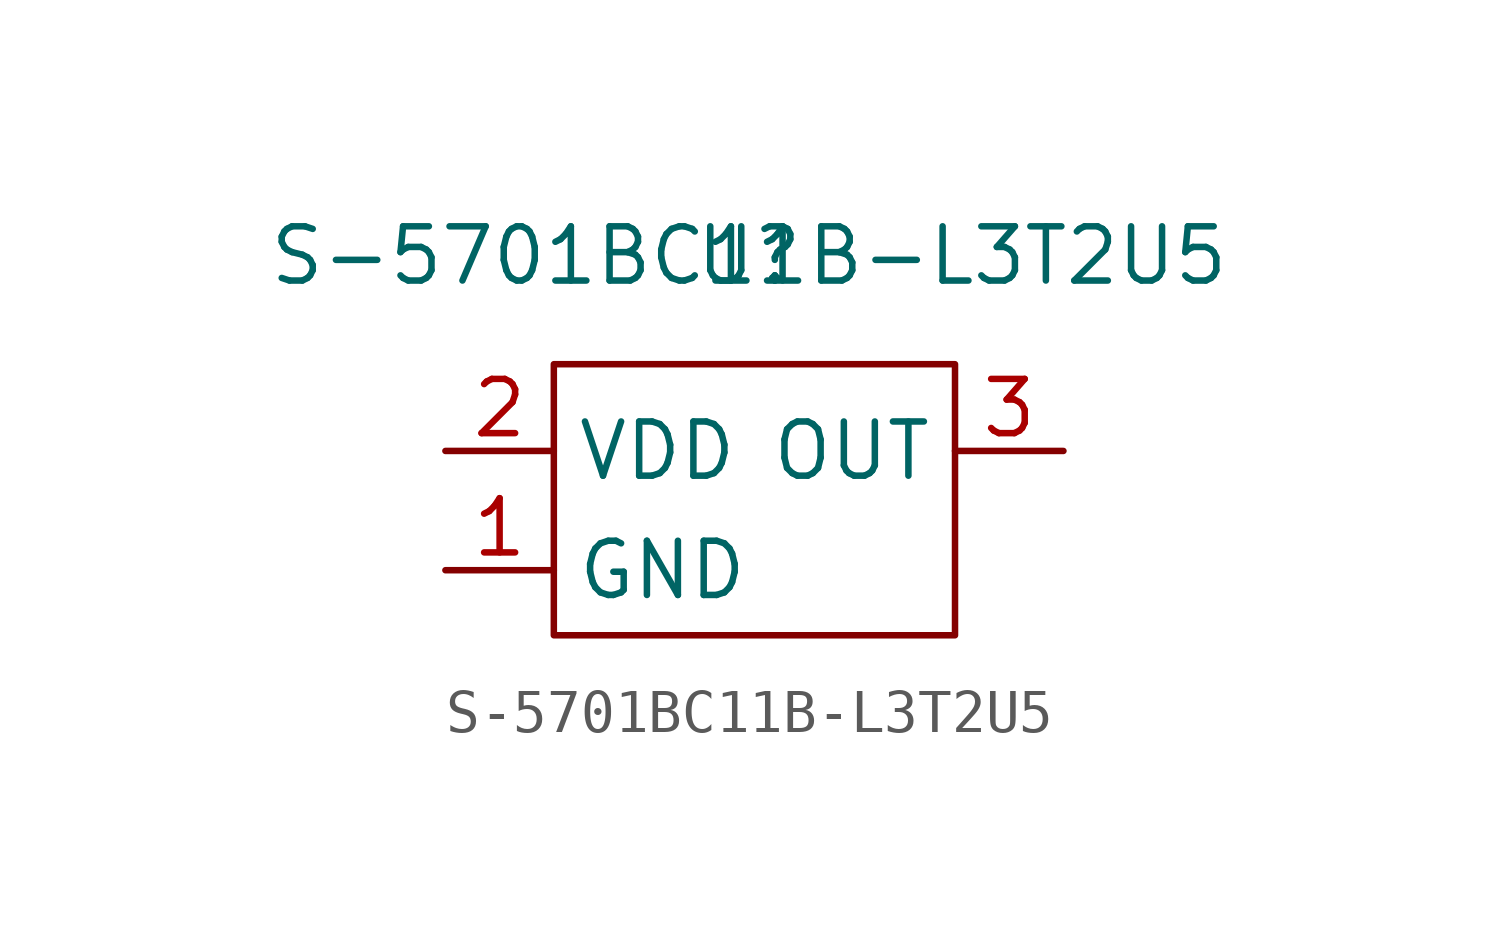
<source format=kicad_sym>
(kicad_symbol_lib
  (version 20211014)
  (generator kicad_symbol_editor)
  (symbol "S-5701BC11B-L3T2U5"
    (property "Reference" "U"
      (at 0 0 0)
      (effects (font (size 1.27 1.27))))
    (property "Value" "S-5701BC11B-L3T2U5"
      (at 0 0 0)
      (effects (font (size 1.27 1.27))))
    (symbol "S-5701BC11B-L3T2U5_0_1"
      (rectangle (start -4.572 -2.54) (end 4.826 -8.89) (stroke (width 0) (type default) (color 0 0 0 0)) (fill (type none))))
    (symbol "S-5701BC11B-L3T2U5_1_1"
      (pin input line (at -7.112 -7.366 0) (length 2.54) (name "GND" (effects (font (size 1.27 1.27)))) (number "1" (effects (font (size 1.27 1.27)))))
      (pin input line (at -7.112 -4.572 0) (length 2.54) (name "VDD" (effects (font (size 1.27 1.27)))) (number "2" (effects (font (size 1.27 1.27)))))
      (pin input line (at 7.366 -4.572 180) (length 2.54) (name "OUT" (effects (font (size 1.27 1.27)))) (number "3" (effects (font (size 1.27 1.27))))))))
</source>
